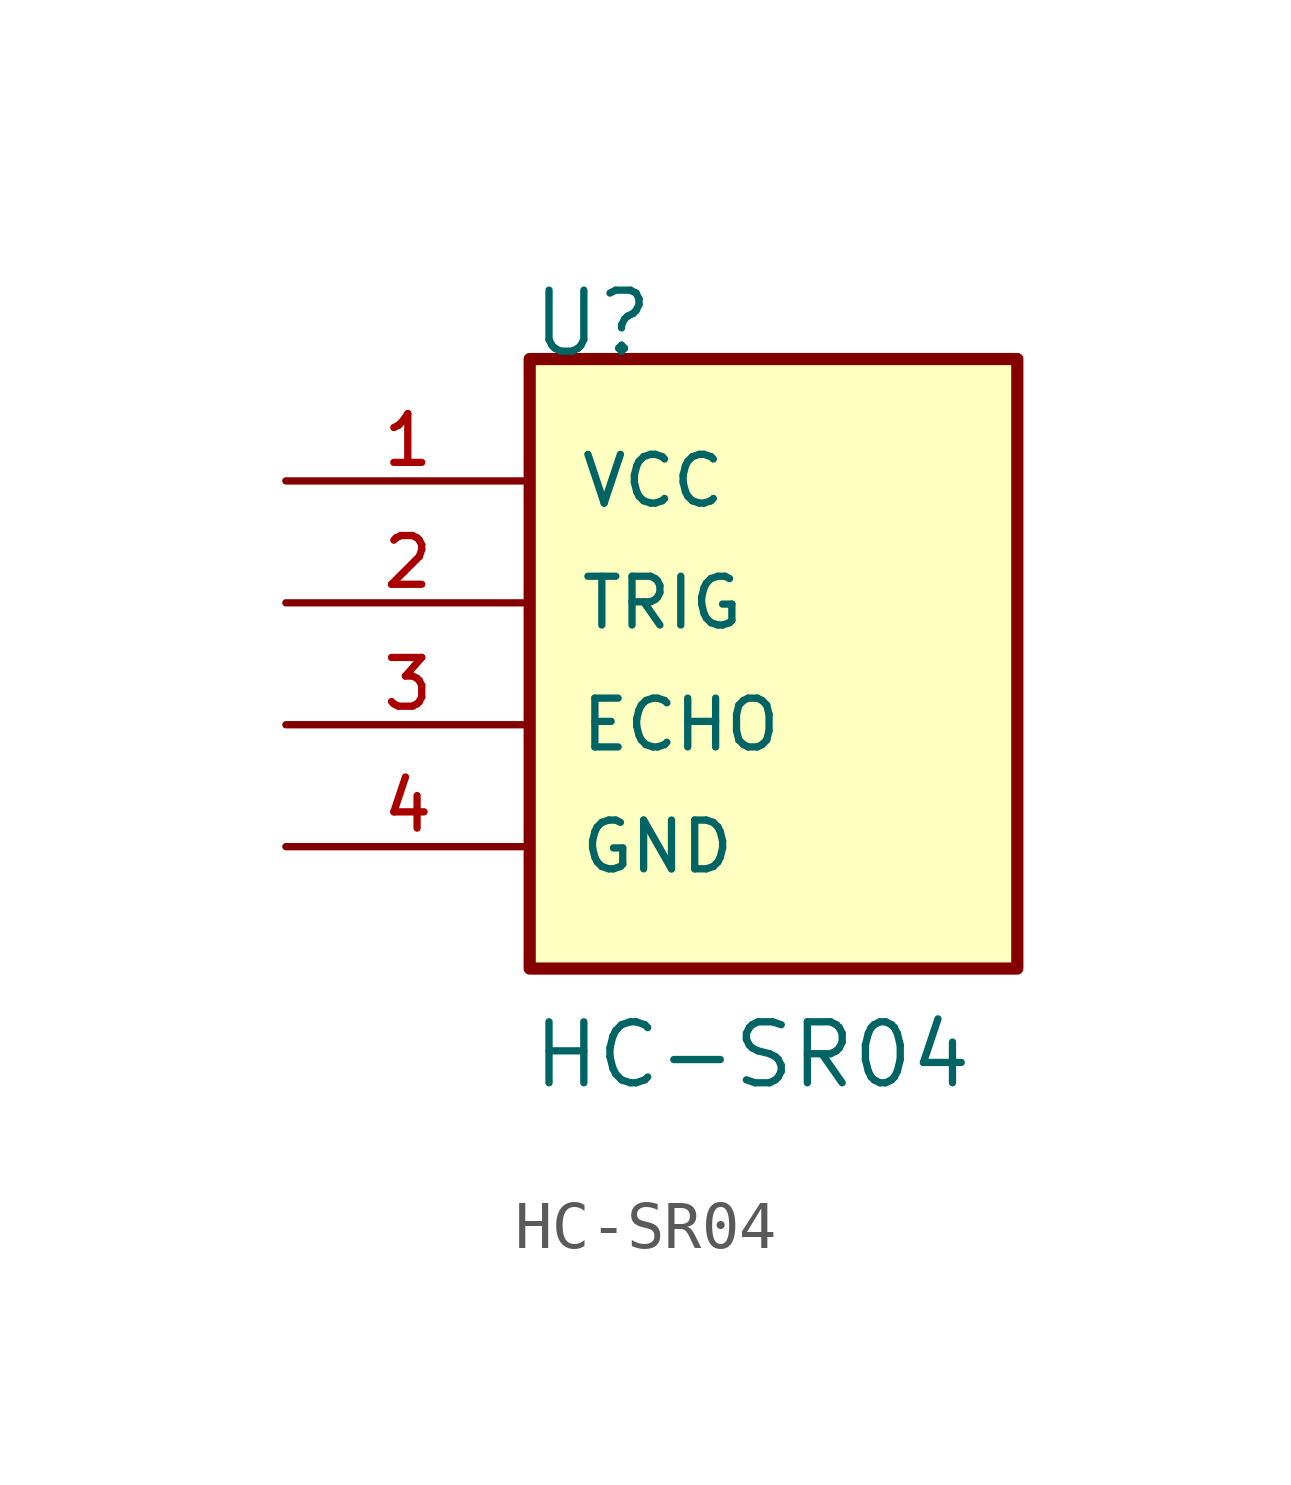
<source format=kicad_sym>
(kicad_symbol_lib
  (version 20211014)
  (generator kicad_symbol_editor)
  (symbol "HC-SR04"
    (pin_names
      (offset 1.016))
    (property "Reference" "U"
      (at 0 5.081 0)
      (effects (font (size 1.27 1.27)) (justify left bottom)))
    (property "Value" "HC-SR04"
      (at 0 -10.163 0)
      (effects (font (size 1.27 1.27)) (justify left bottom)))
    (symbol "HC-SR04_0_0"
      (rectangle (start 0 -7.62) (end 10.16 5.08) (stroke (width 0.254) (type default) (color 0 0 0 0)) (fill (type background)))
      (pin power_in line (at -5.08 2.54 0) (length 5.08) (name "VCC" (effects (font (size 1.016 1.016)))) (number "1" (effects (font (size 1.016 1.016)))))
      (pin bidirectional line (at -5.08 0 0) (length 5.08) (name "TRIG" (effects (font (size 1.016 1.016)))) (number "2" (effects (font (size 1.016 1.016)))))
      (pin bidirectional line (at -5.08 -2.54 0) (length 5.08) (name "ECHO" (effects (font (size 1.016 1.016)))) (number "3" (effects (font (size 1.016 1.016)))))
      (pin power_in line (at -5.08 -5.08 0) (length 5.08) (name "GND" (effects (font (size 1.016 1.016)))) (number "4" (effects (font (size 1.016 1.016))))))))
</source>
